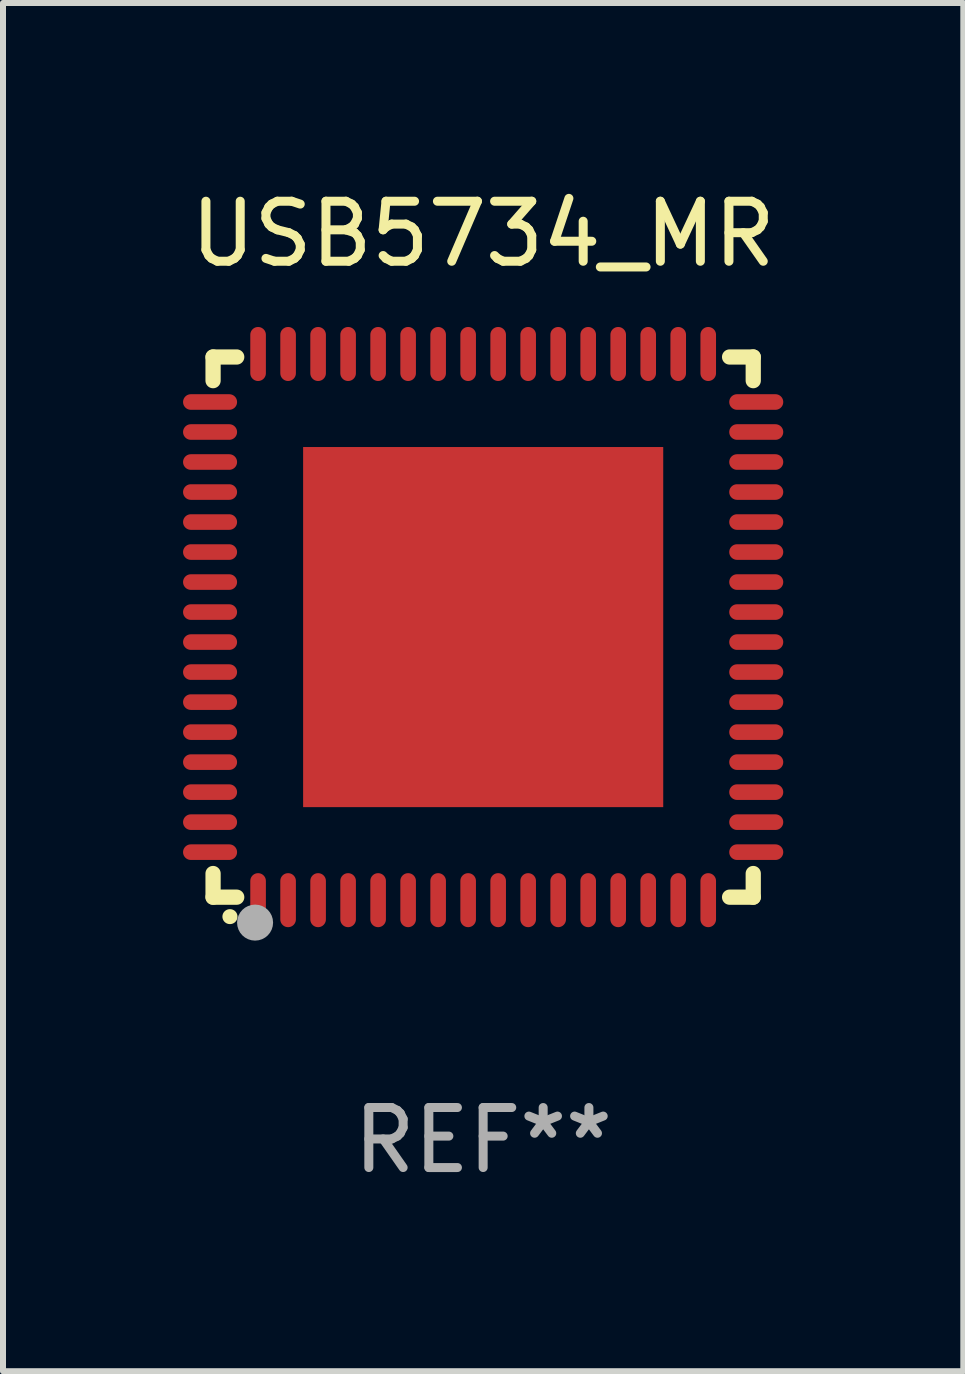
<source format=kicad_pcb>
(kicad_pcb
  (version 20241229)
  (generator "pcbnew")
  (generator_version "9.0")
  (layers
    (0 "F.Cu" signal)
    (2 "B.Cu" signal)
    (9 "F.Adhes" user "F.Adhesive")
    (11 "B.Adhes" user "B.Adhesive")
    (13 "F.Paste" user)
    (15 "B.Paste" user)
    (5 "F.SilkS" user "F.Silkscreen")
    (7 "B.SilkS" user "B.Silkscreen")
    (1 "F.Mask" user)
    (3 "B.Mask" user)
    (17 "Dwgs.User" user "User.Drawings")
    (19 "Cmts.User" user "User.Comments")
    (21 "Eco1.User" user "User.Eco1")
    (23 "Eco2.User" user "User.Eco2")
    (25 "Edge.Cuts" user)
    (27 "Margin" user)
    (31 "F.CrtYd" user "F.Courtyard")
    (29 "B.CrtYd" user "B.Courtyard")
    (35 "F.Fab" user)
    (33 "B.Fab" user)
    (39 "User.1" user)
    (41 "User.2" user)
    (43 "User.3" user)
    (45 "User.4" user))
  (footprint "USB5734_MR"
    (layer "F.Cu")
    (at 5 7.398)
    (property "Reference" "USB5734_MR" (at 0 -6.55 0) (layer "F.SilkS") (effects (font (size 1 1) (thickness 0.15))))
    (attr through_hole)
    (fp_line (start -4.5 -4.5) (end -4.106 -4.5) (stroke (width 0.254) (type solid)) (layer "F.SilkS"))
    (fp_line (start -4.5 -4.106) (end -4.5 -4.5) (stroke (width 0.254) (type solid)) (layer "F.SilkS"))
    (fp_line (start -4.5 4.5) (end -4.5 4.106) (stroke (width 0.254) (type solid)) (layer "F.SilkS"))
    (fp_line (start -4.106 4.5) (end -4.5 4.5) (stroke (width 0.254) (type solid)) (layer "F.SilkS"))
    (fp_line (start 4.106 -4.5) (end 4.5 -4.5) (stroke (width 0.254) (type solid)) (layer "F.SilkS"))
    (fp_line (start 4.5 -4.5) (end 4.5 -4.106) (stroke (width 0.254) (type solid)) (layer "F.SilkS"))
    (fp_line (start 4.5 4.106) (end 4.5 4.5) (stroke (width 0.254) (type solid)) (layer "F.SilkS"))
    (fp_line (start 4.5 4.5) (end 4.106 4.5) (stroke (width 0.254) (type solid)) (layer "F.SilkS"))
    (fp_arc (start -4.220041 4.824308) (mid -4.218771 4.824302) (end -4.217501 4.824308) (stroke (width 0.24892) (type solid)) (layer "F.SilkS"))
    (fp_circle (center -4.5 4.5) (end -4.47 4.5) (stroke (width 0.06) (type solid)) (fill no) (layer "F.SilkS"))
    (fp_circle (center -3.8 4.924) (end -3.65 4.924) (stroke (width 0.3) (type solid)) (fill no) (layer "F.Fab"))
    (fp_text user "REF**" (at 0 8.55 0) (layer "F.Fab") (effects (font (size 1 1) (thickness 0.15))))
    (pad "1" smd oval (at -3.75 4.55 90) (size 0.9 0.26) (layers "F.Cu" "F.Mask" "F.Paste"))
    (pad "2" smd oval (at -3.25 4.55 90) (size 0.9 0.26) (layers "F.Cu" "F.Mask" "F.Paste"))
    (pad "3" smd oval (at -2.75 4.55 90) (size 0.9 0.26) (layers "F.Cu" "F.Mask" "F.Paste"))
    (pad "4" smd oval (at -2.25 4.55 90) (size 0.9 0.26) (layers "F.Cu" "F.Mask" "F.Paste"))
    (pad "5" smd oval (at -1.75 4.55 90) (size 0.9 0.26) (layers "F.Cu" "F.Mask" "F.Paste"))
    (pad "6" smd oval (at -1.25 4.55 90) (size 0.9 0.26) (layers "F.Cu" "F.Mask" "F.Paste"))
    (pad "7" smd oval (at -0.75 4.55 90) (size 0.9 0.26) (layers "F.Cu" "F.Mask" "F.Paste"))
    (pad "8" smd oval (at -0.25 4.55 90) (size 0.9 0.26) (layers "F.Cu" "F.Mask" "F.Paste"))
    (pad "9" smd oval (at 0.25 4.55 90) (size 0.9 0.26) (layers "F.Cu" "F.Mask" "F.Paste"))
    (pad "10" smd oval (at 0.75 4.55 90) (size 0.9 0.26) (layers "F.Cu" "F.Mask" "F.Paste"))
    (pad "11" smd oval (at 1.25 4.55 90) (size 0.9 0.26) (layers "F.Cu" "F.Mask" "F.Paste"))
    (pad "12" smd oval (at 1.75 4.55 90) (size 0.9 0.26) (layers "F.Cu" "F.Mask" "F.Paste"))
    (pad "13" smd oval (at 2.25 4.55 90) (size 0.9 0.26) (layers "F.Cu" "F.Mask" "F.Paste"))
    (pad "14" smd oval (at 2.75 4.55 90) (size 0.9 0.26) (layers "F.Cu" "F.Mask" "F.Paste"))
    (pad "15" smd oval (at 3.25 4.55 90) (size 0.9 0.26) (layers "F.Cu" "F.Mask" "F.Paste"))
    (pad "16" smd oval (at 3.75 4.55 90) (size 0.9 0.26) (layers "F.Cu" "F.Mask" "F.Paste"))
    (pad "17" smd oval (at 4.55 3.75 90) (size 0.26 0.9) (layers "F.Cu" "F.Mask" "F.Paste"))
    (pad "18" smd oval (at 4.55 3.25 90) (size 0.26 0.9) (layers "F.Cu" "F.Mask" "F.Paste"))
    (pad "19" smd oval (at 4.55 2.75 90) (size 0.26 0.9) (layers "F.Cu" "F.Mask" "F.Paste"))
    (pad "20" smd oval (at 4.55 2.25 90) (size 0.26 0.9) (layers "F.Cu" "F.Mask" "F.Paste"))
    (pad "21" smd oval (at 4.55 1.75 90) (size 0.26 0.9) (layers "F.Cu" "F.Mask" "F.Paste"))
    (pad "22" smd oval (at 4.55 1.25 90) (size 0.26 0.9) (layers "F.Cu" "F.Mask" "F.Paste"))
    (pad "23" smd oval (at 4.55 0.75 90) (size 0.26 0.9) (layers "F.Cu" "F.Mask" "F.Paste"))
    (pad "24" smd oval (at 4.55 0.25 90) (size 0.26 0.9) (layers "F.Cu" "F.Mask" "F.Paste"))
    (pad "25" smd oval (at 4.55 -0.25 90) (size 0.26 0.9) (layers "F.Cu" "F.Mask" "F.Paste"))
    (pad "26" smd oval (at 4.55 -0.75 90) (size 0.26 0.9) (layers "F.Cu" "F.Mask" "F.Paste"))
    (pad "27" smd oval (at 4.55 -1.25 90) (size 0.26 0.9) (layers "F.Cu" "F.Mask" "F.Paste"))
    (pad "28" smd oval (at 4.55 -1.75 90) (size 0.26 0.9) (layers "F.Cu" "F.Mask" "F.Paste"))
    (pad "29" smd oval (at 4.55 -2.25 90) (size 0.26 0.9) (layers "F.Cu" "F.Mask" "F.Paste"))
    (pad "30" smd oval (at 4.55 -2.75 90) (size 0.26 0.9) (layers "F.Cu" "F.Mask" "F.Paste"))
    (pad "31" smd oval (at 4.55 -3.25 90) (size 0.26 0.9) (layers "F.Cu" "F.Mask" "F.Paste"))
    (pad "32" smd oval (at 4.55 -3.75 90) (size 0.26 0.9) (layers "F.Cu" "F.Mask" "F.Paste"))
    (pad "33" smd oval (at 3.75 -4.55 90) (size 0.9 0.26) (layers "F.Cu" "F.Mask" "F.Paste"))
    (pad "34" smd oval (at 3.25 -4.55 90) (size 0.9 0.26) (layers "F.Cu" "F.Mask" "F.Paste"))
    (pad "35" smd oval (at 2.75 -4.55 90) (size 0.9 0.26) (layers "F.Cu" "F.Mask" "F.Paste"))
    (pad "36" smd oval (at 2.25 -4.55 90) (size 0.9 0.26) (layers "F.Cu" "F.Mask" "F.Paste"))
    (pad "37" smd oval (at 1.75 -4.55 90) (size 0.9 0.26) (layers "F.Cu" "F.Mask" "F.Paste"))
    (pad "38" smd oval (at 1.25 -4.55 90) (size 0.9 0.26) (layers "F.Cu" "F.Mask" "F.Paste"))
    (pad "39" smd oval (at 0.75 -4.55 90) (size 0.9 0.26) (layers "F.Cu" "F.Mask" "F.Paste"))
    (pad "40" smd oval (at 0.25 -4.55 90) (size 0.9 0.26) (layers "F.Cu" "F.Mask" "F.Paste"))
    (pad "41" smd oval (at -0.25 -4.55 90) (size 0.9 0.26) (layers "F.Cu" "F.Mask" "F.Paste"))
    (pad "42" smd oval (at -0.75 -4.55 90) (size 0.9 0.26) (layers "F.Cu" "F.Mask" "F.Paste"))
    (pad "43" smd oval (at -1.25 -4.55 90) (size 0.9 0.26) (layers "F.Cu" "F.Mask" "F.Paste"))
    (pad "44" smd oval (at -1.75 -4.55 90) (size 0.9 0.26) (layers "F.Cu" "F.Mask" "F.Paste"))
    (pad "45" smd oval (at -2.25 -4.55 90) (size 0.9 0.26) (layers "F.Cu" "F.Mask" "F.Paste"))
    (pad "46" smd oval (at -2.75 -4.55 90) (size 0.9 0.26) (layers "F.Cu" "F.Mask" "F.Paste"))
    (pad "47" smd oval (at -3.25 -4.55 90) (size 0.9 0.26) (layers "F.Cu" "F.Mask" "F.Paste"))
    (pad "48" smd oval (at -3.75 -4.55 90) (size 0.9 0.26) (layers "F.Cu" "F.Mask" "F.Paste"))
    (pad "49" smd oval (at -4.55 -3.75 90) (size 0.26 0.9) (layers "F.Cu" "F.Mask" "F.Paste"))
    (pad "50" smd oval (at -4.55 -3.25 90) (size 0.26 0.9) (layers "F.Cu" "F.Mask" "F.Paste"))
    (pad "51" smd oval (at -4.55 -2.75 90) (size 0.26 0.9) (layers "F.Cu" "F.Mask" "F.Paste"))
    (pad "52" smd oval (at -4.55 -2.25 90) (size 0.26 0.9) (layers "F.Cu" "F.Mask" "F.Paste"))
    (pad "53" smd oval (at -4.55 -1.75 90) (size 0.26 0.9) (layers "F.Cu" "F.Mask" "F.Paste"))
    (pad "54" smd oval (at -4.55 -1.25 90) (size 0.26 0.9) (layers "F.Cu" "F.Mask" "F.Paste"))
    (pad "55" smd oval (at -4.55 -0.75 90) (size 0.26 0.9) (layers "F.Cu" "F.Mask" "F.Paste"))
    (pad "56" smd oval (at -4.55 -0.25 90) (size 0.26 0.9) (layers "F.Cu" "F.Mask" "F.Paste"))
    (pad "57" smd oval (at -4.55 0.25 90) (size 0.26 0.9) (layers "F.Cu" "F.Mask" "F.Paste"))
    (pad "58" smd oval (at -4.55 0.75 90) (size 0.26 0.9) (layers "F.Cu" "F.Mask" "F.Paste"))
    (pad "59" smd oval (at -4.55 1.25 90) (size 0.26 0.9) (layers "F.Cu" "F.Mask" "F.Paste"))
    (pad "60" smd oval (at -4.55 1.75 90) (size 0.26 0.9) (layers "F.Cu" "F.Mask" "F.Paste"))
    (pad "61" smd oval (at -4.55 2.25 90) (size 0.26 0.9) (layers "F.Cu" "F.Mask" "F.Paste"))
    (pad "62" smd oval (at -4.55 2.75 90) (size 0.26 0.9) (layers "F.Cu" "F.Mask" "F.Paste"))
    (pad "63" smd oval (at -4.55 3.25 90) (size 0.26 0.9) (layers "F.Cu" "F.Mask" "F.Paste"))
    (pad "64" smd oval (at -4.55 3.75 90) (size 0.26 0.9) (layers "F.Cu" "F.Mask" "F.Paste"))
    (pad "65" smd rect (at 0.000381 0 90) (size 6 6) (layers "F.Cu" "F.Mask" "F.Paste")))
  (gr_rect
    (start -3 -3)
    (end 13 19.796)
    (stroke (width 0.1) (type default))
    (fill no)
    (layer "Edge.Cuts")))
</source>
